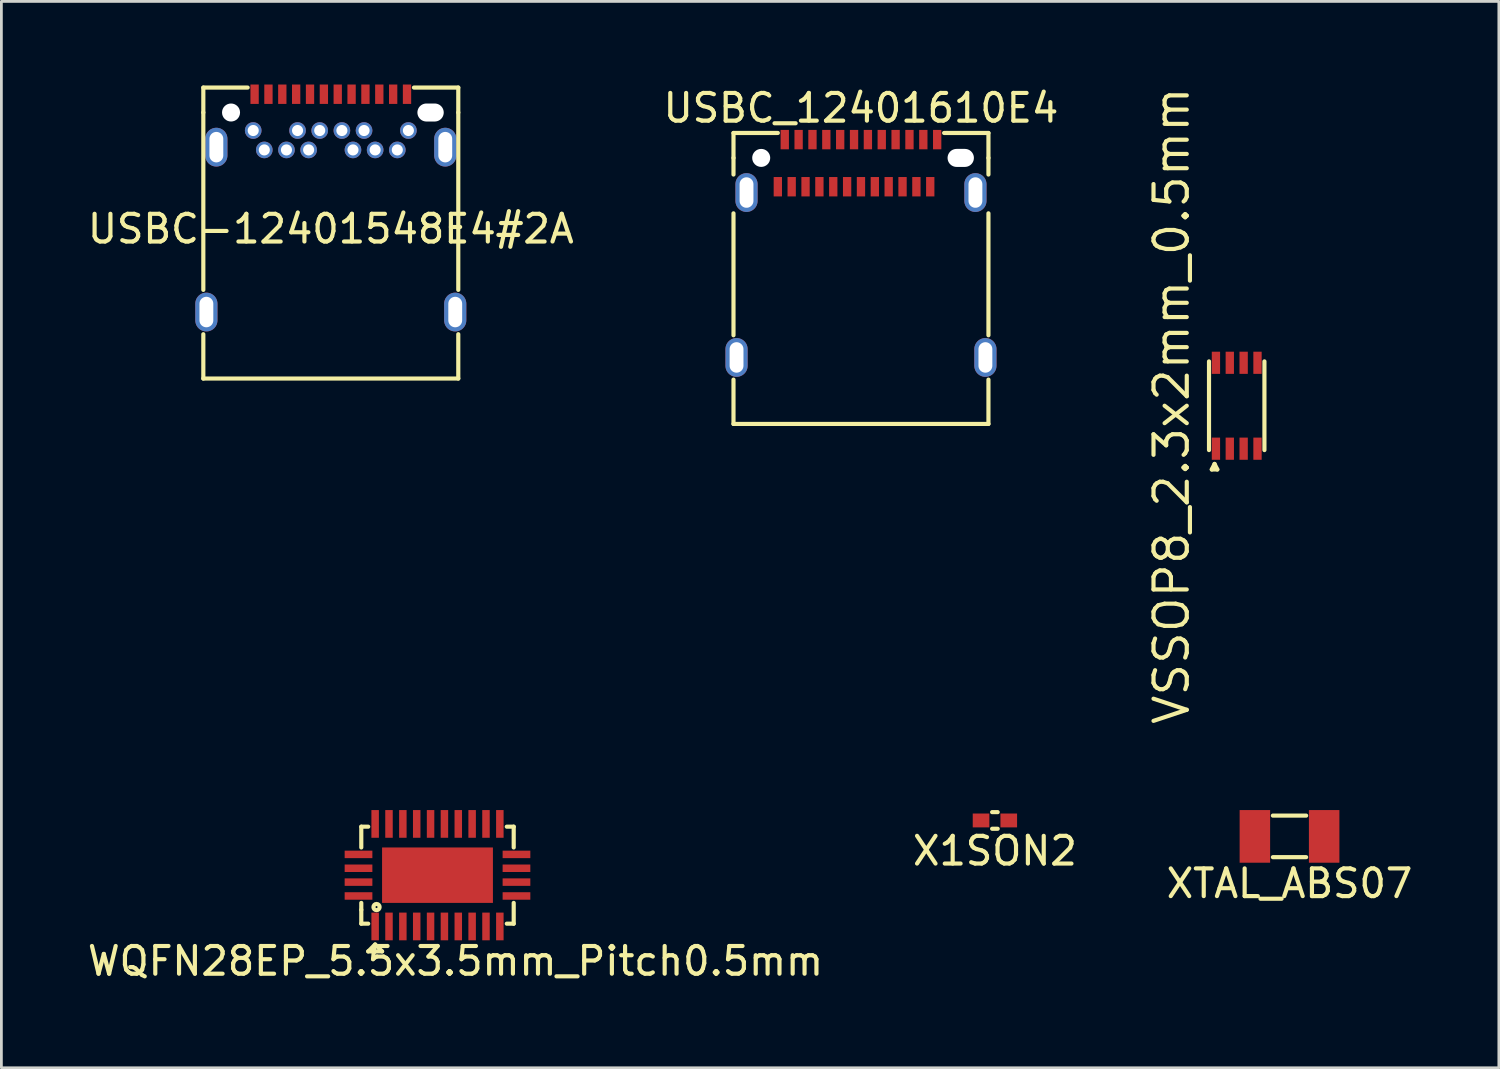
<source format=kicad_pcb>
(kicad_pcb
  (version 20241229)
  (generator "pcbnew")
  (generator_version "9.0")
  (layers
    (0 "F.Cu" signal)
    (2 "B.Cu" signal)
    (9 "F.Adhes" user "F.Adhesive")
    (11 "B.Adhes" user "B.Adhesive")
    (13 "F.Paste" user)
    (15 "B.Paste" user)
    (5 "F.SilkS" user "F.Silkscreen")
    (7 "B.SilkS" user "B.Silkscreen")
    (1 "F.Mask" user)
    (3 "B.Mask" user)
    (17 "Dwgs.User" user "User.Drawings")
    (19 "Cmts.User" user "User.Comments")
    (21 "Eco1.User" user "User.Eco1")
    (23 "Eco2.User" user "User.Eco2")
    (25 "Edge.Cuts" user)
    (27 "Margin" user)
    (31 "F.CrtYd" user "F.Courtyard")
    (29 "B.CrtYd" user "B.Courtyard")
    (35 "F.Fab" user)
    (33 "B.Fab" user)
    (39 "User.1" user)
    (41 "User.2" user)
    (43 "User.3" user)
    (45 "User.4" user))
  (footprint "USBC-12401548E4#2A"
    (layer "F.Cu")
    (at 8.887 1.01)
    (property "Reference" "USBC-12401548E4#2A" (at 0 4.2 0) (layer "F.SilkS") (effects (font (size 1 1) (thickness 0.15))))
    (attr through_hole)
    (fp_line (start -4.6 -0.9) (end -3 -0.9) (stroke (width 0.15) (type solid)) (layer "F.SilkS"))
    (fp_line (start -4.6 0) (end -4.6 -0.9) (stroke (width 0.15) (type solid)) (layer "F.SilkS"))
    (fp_line (start -4.6 6.4) (end -4.6 0) (stroke (width 0.15) (type solid)) (layer "F.SilkS"))
    (fp_line (start -4.6 9.6) (end -4.6 8) (stroke (width 0.15) (type solid)) (layer "F.SilkS"))
    (fp_line (start 3 -0.9) (end 4.6 -0.9) (stroke (width 0.15) (type solid)) (layer "F.SilkS"))
    (fp_line (start 4.6 -0.9) (end 4.6 0) (stroke (width 0.15) (type solid)) (layer "F.SilkS"))
    (fp_line (start 4.6 6.4) (end 4.6 0) (stroke (width 0.15) (type solid)) (layer "F.SilkS"))
    (fp_line (start 4.6 9.6) (end -4.6 9.6) (stroke (width 0.15) (type solid)) (layer "F.SilkS"))
    (fp_line (start 4.6 9.6) (end 4.6 8) (stroke (width 0.15) (type solid)) (layer "F.SilkS"))
    (pad "" np_thru_hole circle (at -3.6 0) (size 0.65 0.65) (drill 0.65) (layers "*.Cu" "*.Mask"))
    (pad "" np_thru_hole oval (at 3.6 0) (size 0.95 0.65) (drill oval 0.95 0.65) (layers "*.Cu" "*.Mask"))
    (pad "A1" smd rect (at -2.75 -0.66) (size 0.3 0.7) (layers "F.Cu" "F.Mask" "F.Paste"))
    (pad "A2" smd rect (at -2.25 -0.66) (size 0.3 0.7) (layers "F.Cu" "F.Mask" "F.Paste"))
    (pad "A3" smd rect (at -1.75 -0.66) (size 0.3 0.7) (layers "F.Cu" "F.Mask" "F.Paste"))
    (pad "A4" smd rect (at -1.25 -0.66) (size 0.3 0.7) (layers "F.Cu" "F.Mask" "F.Paste"))
    (pad "A5" smd rect (at -0.75 -0.66) (size 0.3 0.7) (layers "F.Cu" "F.Mask" "F.Paste"))
    (pad "A6" smd rect (at -0.25 -0.66) (size 0.3 0.7) (layers "F.Cu" "F.Mask" "F.Paste"))
    (pad "A7" smd rect (at 0.25 -0.66) (size 0.3 0.7) (layers "F.Cu" "F.Mask" "F.Paste"))
    (pad "A8" smd rect (at 0.75 -0.66) (size 0.3 0.7) (layers "F.Cu" "F.Mask" "F.Paste"))
    (pad "A9" smd rect (at 1.25 -0.66) (size 0.3 0.7) (layers "F.Cu" "F.Mask" "F.Paste"))
    (pad "A10" smd rect (at 1.75 -0.66) (size 0.3 0.7) (layers "F.Cu" "F.Mask" "F.Paste"))
    (pad "A11" smd rect (at 2.25 -0.66) (size 0.3 0.7) (layers "F.Cu" "F.Mask" "F.Paste"))
    (pad "A12" smd rect (at 2.75 -0.66) (size 0.3 0.7) (layers "F.Cu" "F.Mask" "F.Paste"))
    (pad "B1" thru_hole circle (at 2.8 0.65) (size 0.6 0.6) (drill 0.4) (layers "*.Cu" "*.Mask"))
    (pad "B2" thru_hole circle (at 2.4 1.35) (size 0.6 0.6) (drill 0.4) (layers "*.Cu" "*.Mask"))
    (pad "B3" thru_hole circle (at 1.6 1.35) (size 0.6 0.6) (drill 0.4) (layers "*.Cu" "*.Mask"))
    (pad "B4" thru_hole circle (at 1.2 0.65) (size 0.6 0.6) (drill 0.4) (layers "*.Cu" "*.Mask"))
    (pad "B5" thru_hole circle (at 0.8 1.35) (size 0.6 0.6) (drill 0.4) (layers "*.Cu" "*.Mask"))
    (pad "B6" thru_hole circle (at 0.4 0.65) (size 0.6 0.6) (drill 0.4) (layers "*.Cu" "*.Mask"))
    (pad "B7" thru_hole circle (at -0.4 0.65) (size 0.6 0.6) (drill 0.4) (layers "*.Cu" "*.Mask"))
    (pad "B8" thru_hole circle (at -0.8 1.35) (size 0.6 0.6) (drill 0.4) (layers "*.Cu" "*.Mask"))
    (pad "B9" thru_hole circle (at -1.2 0.65) (size 0.6 0.6) (drill 0.4) (layers "*.Cu" "*.Mask"))
    (pad "B10" thru_hole circle (at -1.6 1.35) (size 0.6 0.6) (drill 0.4) (layers "*.Cu" "*.Mask"))
    (pad "B11" thru_hole circle (at -2.4 1.35) (size 0.6 0.6) (drill 0.4) (layers "*.Cu" "*.Mask"))
    (pad "B12" thru_hole circle (at -2.8 0.65) (size 0.6 0.6) (drill 0.4) (layers "*.Cu" "*.Mask"))
    (pad "S" thru_hole oval (at -4.49 7.2) (size 0.8 1.4) (drill oval 0.5 1.1) (layers "*.Cu" "*.Mask"))
    (pad "S" thru_hole oval (at -4.13 1.25) (size 0.8 1.4) (drill oval 0.5 1.1) (layers "*.Cu" "*.Mask"))
    (pad "S" thru_hole oval (at 4.13 1.25) (size 0.8 1.4) (drill oval 0.5 1.1) (layers "*.Cu" "*.Mask"))
    (pad "S" thru_hole oval (at 4.49 7.2) (size 0.8 1.4) (drill oval 0.5 1.1) (layers "*.Cu" "*.Mask")))
  (footprint "X1SON2"
    (layer "F.Cu")
    (at 32.851 26.556)
    (property "Reference" "X1SON2" (at 0 1.1 0) (layer "F.SilkS") (effects (font (size 1 1) (thickness 0.15))))
    (attr through_hole)
    (fp_line (start -0.1 -0.3) (end 0.1 -0.3) (stroke (width 0.15) (type solid)) (layer "F.SilkS"))
    (fp_line (start 0.1 0.3) (end -0.1 0.3) (stroke (width 0.15) (type solid)) (layer "F.SilkS"))
    (pad "1" smd rect (at -0.5 0) (size 0.6 0.5) (layers "F.Cu" "F.Mask" "F.Paste"))
    (pad "2" smd rect (at 0.5 0) (size 0.6 0.5) (layers "F.Cu" "F.Mask" "F.Paste")))
  (footprint "USBC_12401610E4"
    (layer "F.Cu")
    (at 28.018 2.648)
    (property "Reference" "USBC_12401610E4" (at 0 -1.8 0) (layer "F.SilkS") (effects (font (size 1 1) (thickness 0.15))))
    (attr through_hole)
    (fp_line (start -4.6 -0.9) (end -4.6 0) (stroke (width 0.15) (type solid)) (layer "F.SilkS"))
    (fp_line (start -4.6 0) (end -4.6 0.6) (stroke (width 0.15) (type solid)) (layer "F.SilkS"))
    (fp_line (start -4.6 2) (end -4.6 6.4) (stroke (width 0.15) (type solid)) (layer "F.SilkS"))
    (fp_line (start -4.6 8) (end -4.6 9.6) (stroke (width 0.15) (type solid)) (layer "F.SilkS"))
    (fp_line (start -4.6 9.6) (end 4.6 9.6) (stroke (width 0.15) (type solid)) (layer "F.SilkS"))
    (fp_line (start -3 -0.9) (end -4.6 -0.9) (stroke (width 0.15) (type solid)) (layer "F.SilkS"))
    (fp_line (start 3.1 -0.9) (end 3 -0.9) (stroke (width 0.15) (type solid)) (layer "F.SilkS"))
    (fp_line (start 4.6 -0.9) (end 3.1 -0.9) (stroke (width 0.15) (type solid)) (layer "F.SilkS"))
    (fp_line (start 4.6 0) (end 4.6 -0.9) (stroke (width 0.15) (type solid)) (layer "F.SilkS"))
    (fp_line (start 4.6 0.6) (end 4.6 0) (stroke (width 0.15) (type solid)) (layer "F.SilkS"))
    (fp_line (start 4.6 6.4) (end 4.6 2) (stroke (width 0.15) (type solid)) (layer "F.SilkS"))
    (fp_line (start 4.6 9.6) (end 4.6 8) (stroke (width 0.15) (type solid)) (layer "F.SilkS"))
    (pad "" np_thru_hole circle (at -3.6 0) (size 0.65 0.65) (drill 0.65) (layers "*.Cu" "*.Mask"))
    (pad "" np_thru_hole oval (at 3.6 0) (size 0.95 0.65) (drill oval 0.95 0.65) (layers "*.Cu" "*.Mask"))
    (pad "A1" smd rect (at -2.75 -0.66) (size 0.3 0.7) (layers "F.Cu" "F.Mask" "F.Paste"))
    (pad "A2" smd rect (at -2.25 -0.66) (size 0.3 0.7) (layers "F.Cu" "F.Mask" "F.Paste"))
    (pad "A3" smd rect (at -1.75 -0.66) (size 0.3 0.7) (layers "F.Cu" "F.Mask" "F.Paste"))
    (pad "A4" smd rect (at -1.25 -0.66) (size 0.3 0.7) (layers "F.Cu" "F.Mask" "F.Paste"))
    (pad "A5" smd rect (at -0.75 -0.66) (size 0.3 0.7) (layers "F.Cu" "F.Mask" "F.Paste"))
    (pad "A6" smd rect (at -0.25 -0.66) (size 0.3 0.7) (layers "F.Cu" "F.Mask" "F.Paste"))
    (pad "A7" smd rect (at 0.25 -0.66) (size 0.3 0.7) (layers "F.Cu" "F.Mask" "F.Paste"))
    (pad "A8" smd rect (at 0.75 -0.66) (size 0.3 0.7) (layers "F.Cu" "F.Mask" "F.Paste"))
    (pad "A9" smd rect (at 1.25 -0.66) (size 0.3 0.7) (layers "F.Cu" "F.Mask" "F.Paste"))
    (pad "A10" smd rect (at 1.75 -0.66) (size 0.3 0.7) (layers "F.Cu" "F.Mask" "F.Paste"))
    (pad "A11" smd rect (at 2.25 -0.66) (size 0.3 0.7) (layers "F.Cu" "F.Mask" "F.Paste"))
    (pad "A12" smd rect (at 2.75 -0.66) (size 0.3 0.7) (layers "F.Cu" "F.Mask" "F.Paste"))
    (pad "B1" smd rect (at 2.5 1.04) (size 0.3 0.7) (layers "F.Cu" "F.Mask" "F.Paste"))
    (pad "B2" smd rect (at 2 1.04) (size 0.3 0.7) (layers "F.Cu" "F.Mask" "F.Paste"))
    (pad "B3" smd rect (at 1.5 1.04) (size 0.3 0.7) (layers "F.Cu" "F.Mask" "F.Paste"))
    (pad "B4" smd rect (at 1 1.04) (size 0.3 0.7) (layers "F.Cu" "F.Mask" "F.Paste"))
    (pad "B5" smd rect (at 0.5 1.04) (size 0.3 0.7) (layers "F.Cu" "F.Mask" "F.Paste"))
    (pad "B6" smd rect (at 0 1.04) (size 0.3 0.7) (layers "F.Cu" "F.Mask" "F.Paste"))
    (pad "B7" smd rect (at -0.5 1.04) (size 0.3 0.7) (layers "F.Cu" "F.Mask" "F.Paste"))
    (pad "B8" smd rect (at -1 1.04) (size 0.3 0.7) (layers "F.Cu" "F.Mask" "F.Paste"))
    (pad "B9" smd rect (at -1.5 1.04) (size 0.3 0.7) (layers "F.Cu" "F.Mask" "F.Paste"))
    (pad "B10" smd rect (at -2 1.04) (size 0.3 0.7) (layers "F.Cu" "F.Mask" "F.Paste"))
    (pad "B11" smd rect (at -2.5 1.04) (size 0.3 0.7) (layers "F.Cu" "F.Mask" "F.Paste"))
    (pad "B12" smd rect (at -3 1.04) (size 0.3 0.7) (layers "F.Cu" "F.Mask" "F.Paste"))
    (pad "S" thru_hole oval (at -4.49 7.2) (size 0.8 1.4) (drill oval 0.5 1.1) (layers "*.Cu" "*.Mask"))
    (pad "S" thru_hole oval (at -4.13 1.25) (size 0.8 1.4) (drill oval 0.5 1.1) (layers "*.Cu" "*.Mask"))
    (pad "S" thru_hole oval (at 4.13 1.25) (size 0.8 1.4) (drill oval 0.5 1.1) (layers "*.Cu" "*.Mask"))
    (pad "S" thru_hole oval (at 4.49 7.2) (size 0.8 1.4) (drill oval 0.5 1.1) (layers "*.Cu" "*.Mask")))
  (footprint "WQFN28EP_5.5x3.5mm_Pitch0.5mm"
    (layer "F.Cu")
    (at 12.737 28.531)
    (property "Reference" "WQFN28EP_5.5x3.5mm_Pitch0.5mm" (at 0.65 3.1 0) (layer "F.SilkS") (effects (font (size 1 1) (thickness 0.15))))
    (attr through_hole)
    (fp_line (start -2.75 -1.75) (end -2.5 -1.75) (stroke (width 0.15) (type solid)) (layer "F.SilkS"))
    (fp_line (start -2.75 -1) (end -2.75 -1.75) (stroke (width 0.15) (type solid)) (layer "F.SilkS"))
    (fp_line (start -2.75 1.25) (end -2.75 1) (stroke (width 0.15) (type solid)) (layer "F.SilkS"))
    (fp_line (start -2.75 1.75) (end -2.75 1.25) (stroke (width 0.15) (type solid)) (layer "F.SilkS"))
    (fp_line (start -2.5 1.75) (end -2.75 1.75) (stroke (width 0.15) (type solid)) (layer "F.SilkS"))
    (fp_line (start -2.5 2.75) (end -2.25 2.75) (stroke (width 0.15) (type solid)) (layer "F.SilkS"))
    (fp_line (start -2.25 2.5) (end -2.5 2.75) (stroke (width 0.15) (type solid)) (layer "F.SilkS"))
    (fp_line (start -2.25 2.75) (end -2 2.75) (stroke (width 0.15) (type solid)) (layer "F.SilkS"))
    (fp_line (start -2 2.75) (end -2.25 2.5) (stroke (width 0.15) (type solid)) (layer "F.SilkS"))
    (fp_line (start 2.5 -1.75) (end 2.75 -1.75) (stroke (width 0.15) (type solid)) (layer "F.SilkS"))
    (fp_line (start 2.75 -1.75) (end 2.75 -1) (stroke (width 0.15) (type solid)) (layer "F.SilkS"))
    (fp_line (start 2.75 1) (end 2.75 1.75) (stroke (width 0.15) (type solid)) (layer "F.SilkS"))
    (fp_line (start 2.75 1.75) (end 2.5 1.75) (stroke (width 0.15) (type solid)) (layer "F.SilkS"))
    (fp_circle (center -2.2 1.15) (end -2.1 1.1) (stroke (width 0.15) (type solid)) (fill no) (layer "F.SilkS"))
    (pad "1" smd rect (at -2.25 1.85) (size 0.27 1) (layers "F.Cu" "F.Mask" "F.Paste"))
    (pad "2" smd rect (at -1.75 1.85) (size 0.27 1) (layers "F.Cu" "F.Mask" "F.Paste"))
    (pad "3" smd rect (at -1.25 1.85) (size 0.27 1) (layers "F.Cu" "F.Mask" "F.Paste"))
    (pad "4" smd rect (at -0.75 1.85) (size 0.27 1) (layers "F.Cu" "F.Mask" "F.Paste"))
    (pad "5" smd rect (at -0.25 1.85) (size 0.27 1) (layers "F.Cu" "F.Mask" "F.Paste"))
    (pad "6" smd rect (at 0.25 1.85) (size 0.27 1) (layers "F.Cu" "F.Mask" "F.Paste"))
    (pad "7" smd rect (at 0.75 1.85) (size 0.27 1) (layers "F.Cu" "F.Mask" "F.Paste"))
    (pad "8" smd rect (at 1.25 1.85) (size 0.27 1) (layers "F.Cu" "F.Mask" "F.Paste"))
    (pad "9" smd rect (at 1.75 1.85) (size 0.27 1) (layers "F.Cu" "F.Mask" "F.Paste"))
    (pad "10" smd rect (at 2.25 1.85) (size 0.27 1) (layers "F.Cu" "F.Mask" "F.Paste"))
    (pad "11" smd rect (at 2.85 0.75 90) (size 0.27 1) (layers "F.Cu" "F.Mask" "F.Paste"))
    (pad "12" smd rect (at 2.85 0.25 90) (size 0.27 1) (layers "F.Cu" "F.Mask" "F.Paste"))
    (pad "13" smd rect (at 2.85 -0.25 90) (size 0.27 1) (layers "F.Cu" "F.Mask" "F.Paste"))
    (pad "14" smd rect (at 2.85 -0.75 90) (size 0.27 1) (layers "F.Cu" "F.Mask" "F.Paste"))
    (pad "15" smd rect (at 2.25 -1.85) (size 0.27 1) (layers "F.Cu" "F.Mask" "F.Paste"))
    (pad "16" smd rect (at 1.75 -1.85) (size 0.27 1) (layers "F.Cu" "F.Mask" "F.Paste"))
    (pad "17" smd rect (at 1.25 -1.85) (size 0.27 1) (layers "F.Cu" "F.Mask" "F.Paste"))
    (pad "18" smd rect (at 0.75 -1.85) (size 0.27 1) (layers "F.Cu" "F.Mask" "F.Paste"))
    (pad "19" smd rect (at 0.25 -1.85) (size 0.27 1) (layers "F.Cu" "F.Mask" "F.Paste"))
    (pad "20" smd rect (at -0.25 -1.85) (size 0.27 1) (layers "F.Cu" "F.Mask" "F.Paste"))
    (pad "21" smd rect (at -0.75 -1.85) (size 0.27 1) (layers "F.Cu" "F.Mask" "F.Paste"))
    (pad "22" smd rect (at -1.25 -1.85) (size 0.27 1) (layers "F.Cu" "F.Mask" "F.Paste"))
    (pad "23" smd rect (at -1.75 -1.85) (size 0.27 1) (layers "F.Cu" "F.Mask" "F.Paste"))
    (pad "24" smd rect (at -2.25 -1.85) (size 0.27 1) (layers "F.Cu" "F.Mask" "F.Paste"))
    (pad "25" smd rect (at -2.85 -0.75 90) (size 0.27 1) (layers "F.Cu" "F.Mask" "F.Paste"))
    (pad "26" smd rect (at -2.85 -0.25 90) (size 0.27 1) (layers "F.Cu" "F.Mask" "F.Paste"))
    (pad "27" smd rect (at -2.85 0.25 90) (size 0.27 1) (layers "F.Cu" "F.Mask" "F.Paste"))
    (pad "28" smd rect (at -2.85 0.75 90) (size 0.27 1) (layers "F.Cu" "F.Mask" "F.Paste"))
    (pad "29" smd rect (at 0 0) (size 4 2) (layers "F.Cu" "F.Mask" "F.Paste")))
  (footprint "VSSOP8_2.3x2mm_0.5mm"
    (layer "F.Cu")
    (at 41.577 11.591)
    (property "Reference" "VSSOP8_2.3x2mm_0.5mm" (at -2.35 0 90) (layer "F.SilkS") (effects (font (size 1.2 1.2) (thickness 0.15))))
    (attr through_hole)
    (fp_line (start -1 -1.6) (end -1 1.6) (stroke (width 0.15) (type solid)) (layer "F.SilkS"))
    (fp_line (start -0.9 2.3) (end -0.7 2.3) (stroke (width 0.15) (type solid)) (layer "F.SilkS"))
    (fp_line (start -0.8 2.1) (end -0.9 2.3) (stroke (width 0.15) (type solid)) (layer "F.SilkS"))
    (fp_line (start -0.7 2.3) (end -0.8 2.1) (stroke (width 0.15) (type solid)) (layer "F.SilkS"))
    (fp_line (start 1 1.6) (end 1 -1.6) (stroke (width 0.15) (type solid)) (layer "F.SilkS"))
    (pad "1" smd rect (at -0.75 1.55) (size 0.3 0.8) (layers "F.Cu" "F.Mask" "F.Paste"))
    (pad "2" smd rect (at -0.25 1.55) (size 0.3 0.8) (layers "F.Cu" "F.Mask" "F.Paste"))
    (pad "3" smd rect (at 0.25 1.55) (size 0.3 0.8) (layers "F.Cu" "F.Mask" "F.Paste"))
    (pad "4" smd rect (at 0.75 1.55) (size 0.3 0.8) (layers "F.Cu" "F.Mask" "F.Paste"))
    (pad "5" smd rect (at 0.75 -1.55) (size 0.3 0.8) (layers "F.Cu" "F.Mask" "F.Paste"))
    (pad "6" smd rect (at 0.25 -1.55) (size 0.3 0.8) (layers "F.Cu" "F.Mask" "F.Paste"))
    (pad "7" smd rect (at -0.25 -1.55) (size 0.3 0.8) (layers "F.Cu" "F.Mask" "F.Paste"))
    (pad "8" smd rect (at -0.75 -1.55) (size 0.3 0.8) (layers "F.Cu" "F.Mask" "F.Paste")))
  (footprint "XTAL_ABS07"
    (layer "F.Cu")
    (at 43.482 27.131)
    (property "Reference" "XTAL_ABS07" (at 0 1.7 0) (layer "F.SilkS") (effects (font (size 1 1) (thickness 0.15))))
    (attr through_hole)
    (fp_line (start -0.6 -0.75) (end 0.6 -0.75) (stroke (width 0.15) (type solid)) (layer "F.SilkS"))
    (fp_line (start -0.6 0.75) (end 0.6 0.75) (stroke (width 0.15) (type solid)) (layer "F.SilkS"))
    (pad "1" smd rect (at -1.25 0) (size 1.1 1.9) (layers "F.Cu" "F.Mask" "F.Paste"))
    (pad "2" smd rect (at 1.25 0) (size 1.1 1.9) (layers "F.Cu" "F.Mask" "F.Paste")))
  (gr_rect
    (start -3 -3)
    (end 51.036 35.48)
    (stroke (width 0.1) (type default))
    (fill no)
    (layer "Edge.Cuts")))
</source>
